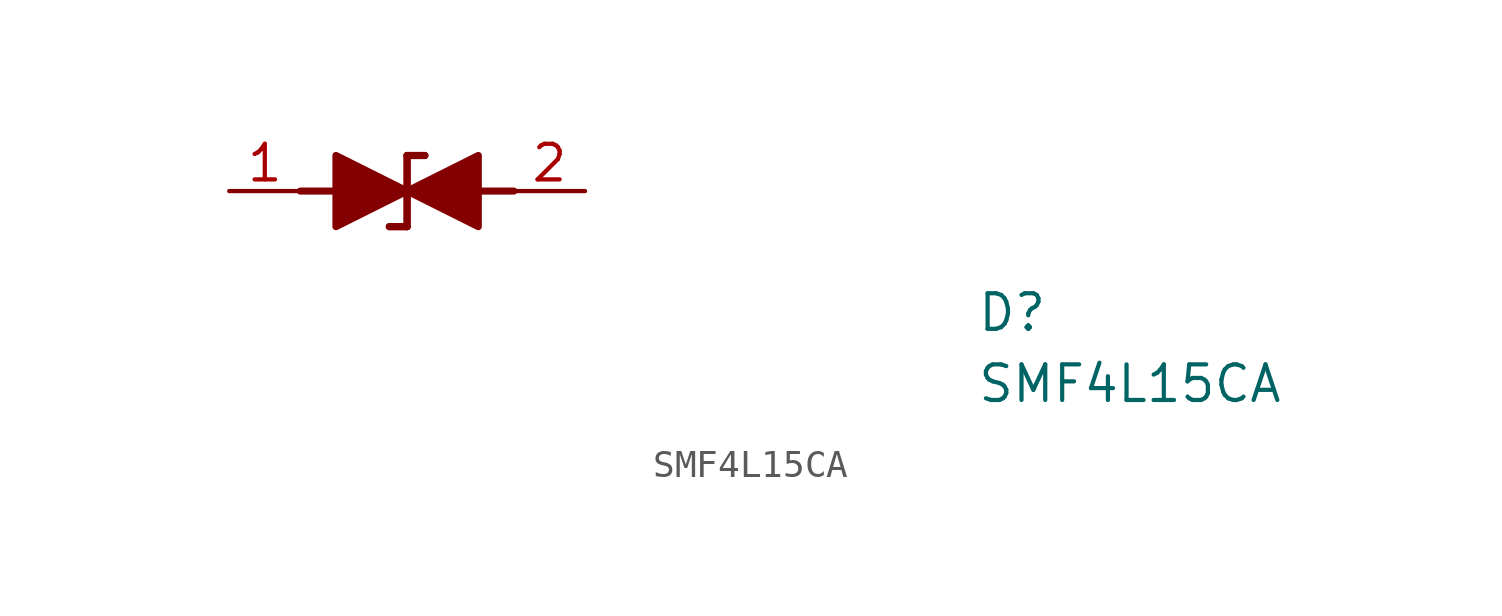
<source format=kicad_sym>
(kicad_symbol_lib
  (version 20211014)
  (generator kicad_symbol_editor)
  (symbol "SMF4L15CA"
    (pin_names hide)
    (property "Reference" "D"
      (at 26.67 -5.08 0)
      (effects (font (size 1.27 1.27) (thickness 0.15)) (justify left bottom)))
    (property "Value" "SMF4L15CA"
      (at 26.67 -7.62 0)
      (effects (font (size 1.27 1.27) (thickness 0.15)) (justify left bottom)))
    (symbol "SMF4L15CA_1_1"
      (polyline (pts (xy 3.81 0) (xy 2.54 0)) (stroke (width 0.254) (type default) (color 0 0 0 0)) (fill (type none)))
      (polyline (pts (xy 5.08 0) (xy 6.35 0)) (stroke (width 0.254) (type default) (color 0 0 0 0)) (fill (type none)))
      (polyline (pts (xy 6.35 -1.27) (xy 5.715 -1.27)) (stroke (width 0.254) (type default) (color 0 0 0 0)) (fill (type none)))
      (polyline (pts (xy 6.35 -1.27) (xy 5.715 -1.27)) (stroke (width 0.254) (type default) (color 0 0 0 0)) (fill (type none)))
      (polyline (pts (xy 6.35 -1.27) (xy 6.35 1.27)) (stroke (width 0.254) (type default) (color 0 0 0 0)) (fill (type none)))
      (polyline (pts (xy 6.35 1.27) (xy 6.35 -1.27)) (stroke (width 0.254) (type default) (color 0 0 0 0)) (fill (type none)))
      (polyline (pts (xy 6.35 1.27) (xy 6.985 1.27)) (stroke (width 0.254) (type default) (color 0 0 0 0)) (fill (type none)))
      (polyline (pts (xy 6.35 1.27) (xy 6.985 1.27)) (stroke (width 0.254) (type default) (color 0 0 0 0)) (fill (type none)))
      (polyline (pts (xy 7.62 0) (xy 6.35 0)) (stroke (width 0.254) (type default) (color 0 0 0 0)) (fill (type none)))
      (polyline (pts (xy 8.89 0) (xy 10.16 0)) (stroke (width 0.254) (type default) (color 0 0 0 0)) (fill (type none)))
      (polyline (pts (xy 3.81 1.27) (xy 3.81 -1.27) (xy 6.35 0) (xy 3.81 1.27)) (stroke (width 0.254) (type default) (color 0 0 0 0)) (fill (type outline)))
      (polyline (pts (xy 8.89 -1.27) (xy 8.89 1.27) (xy 6.35 0) (xy 8.89 -1.27)) (stroke (width 0.254) (type default) (color 0 0 0 0)) (fill (type outline)))
      (pin passive line (at 0 0 0) (length 2.54) (name "1" (effects (font (size 1.27 1.27)))) (number "1" (effects (font (size 1.27 1.27)))))
      (pin passive line (at 12.7 0 180) (length 2.54) (name "2" (effects (font (size 1.27 1.27)))) (number "2" (effects (font (size 1.27 1.27))))))))
</source>
